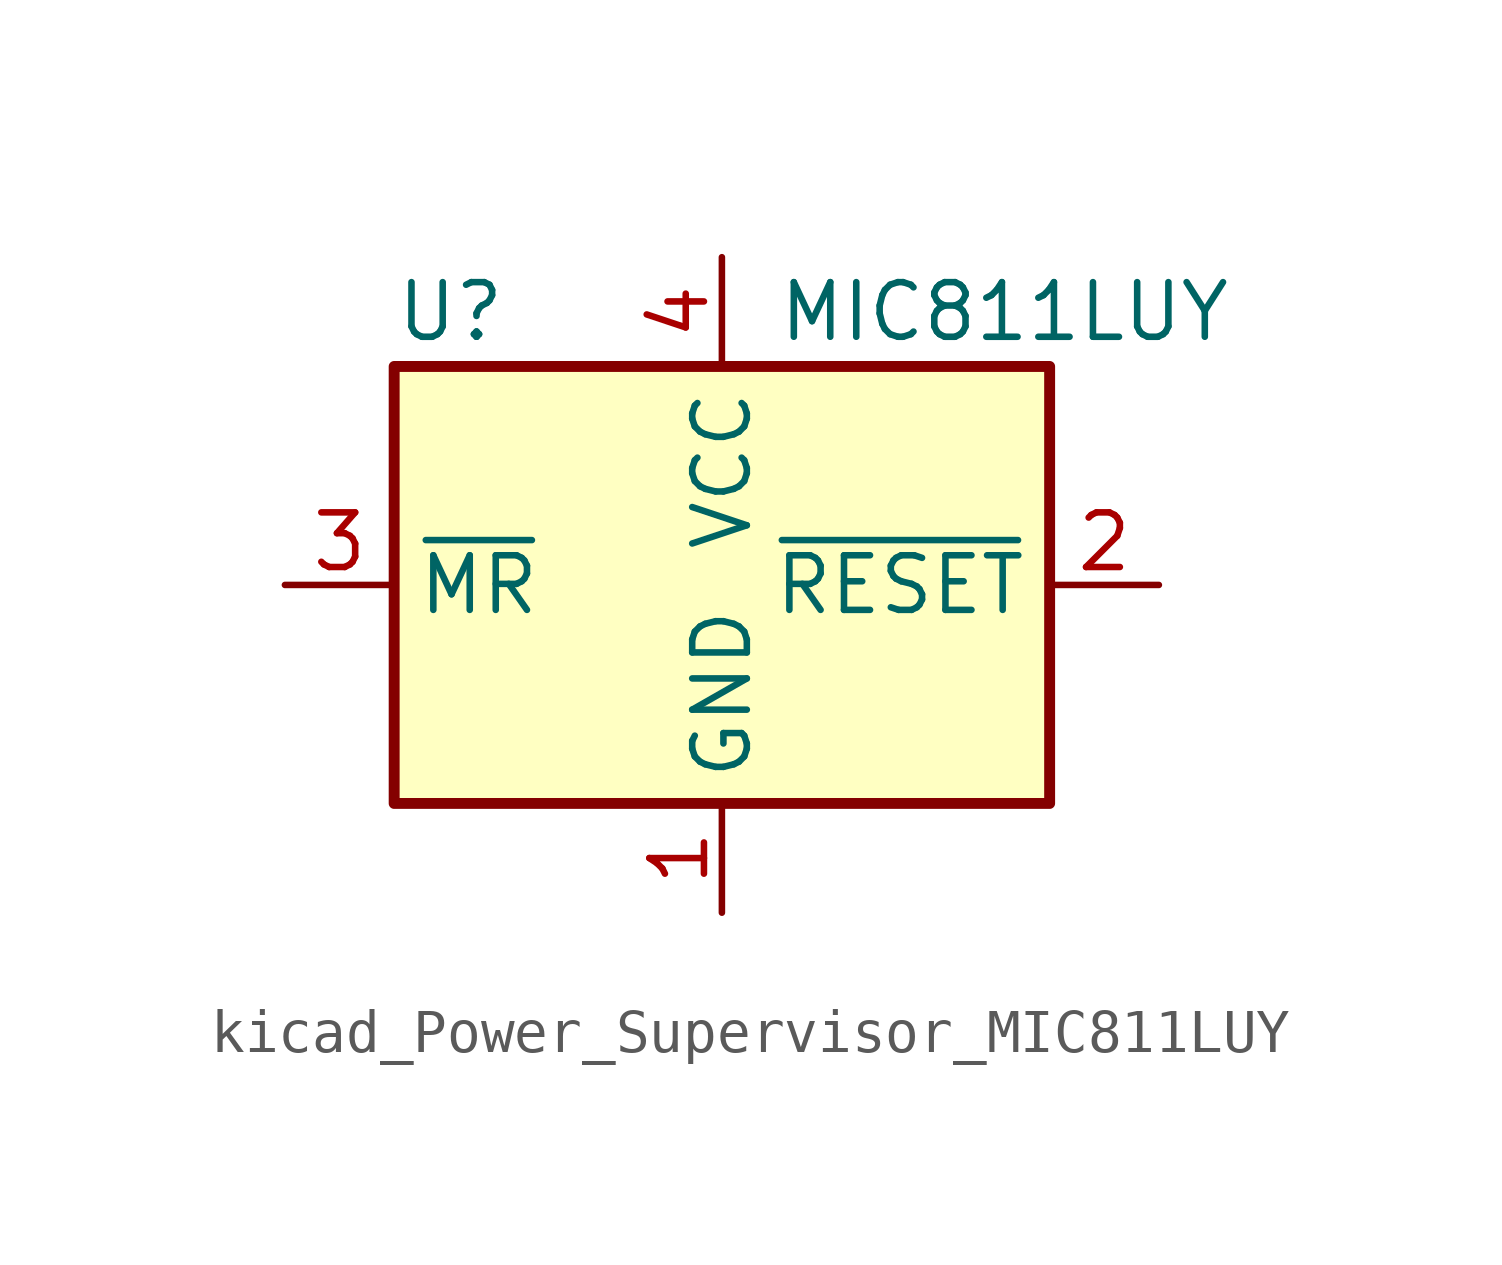
<source format=kicad_sym>
(kicad_symbol_lib
  (version 20220914)
  (generator kicad_symbol_editor)
  (symbol "kicad_Power_Supervisor_MIC811LUY"
    (property "Reference" "U"
      (at -7.62 6.35 0)
      (effects (font (size 1.27 1.27)) (justify left)))
    (property "Value" "MIC811LUY"
      (at 1.27 6.35 0)
      (effects (font (size 1.27 1.27)) (justify left)))
    (symbol "kicad_Power_Supervisor_MIC811LUY_0_1"
      (rectangle (start -7.62 5.08) (end 7.62 -5.08) (stroke (width 0.254) (type default)) (fill (type background))))
    (symbol "kicad_Power_Supervisor_MIC811LUY_1_1"
      (pin power_in line (at 0 -7.62 90) (length 2.54) (name "GND" (effects (font (size 1.27 1.27)))) (number "1" (effects (font (size 1.27 1.27)))))
      (pin output line (at 10.16 0 180) (length 2.54) (name "~{RESET}" (effects (font (size 1.27 1.27)))) (number "2" (effects (font (size 1.27 1.27)))))
      (pin input line (at -10.16 0 0) (length 2.54) (name "~{MR}" (effects (font (size 1.27 1.27)))) (number "3" (effects (font (size 1.27 1.27)))))
      (pin power_in line (at 0 7.62 270) (length 2.54) (name "VCC" (effects (font (size 1.27 1.27)))) (number "4" (effects (font (size 1.27 1.27))))))))
</source>
